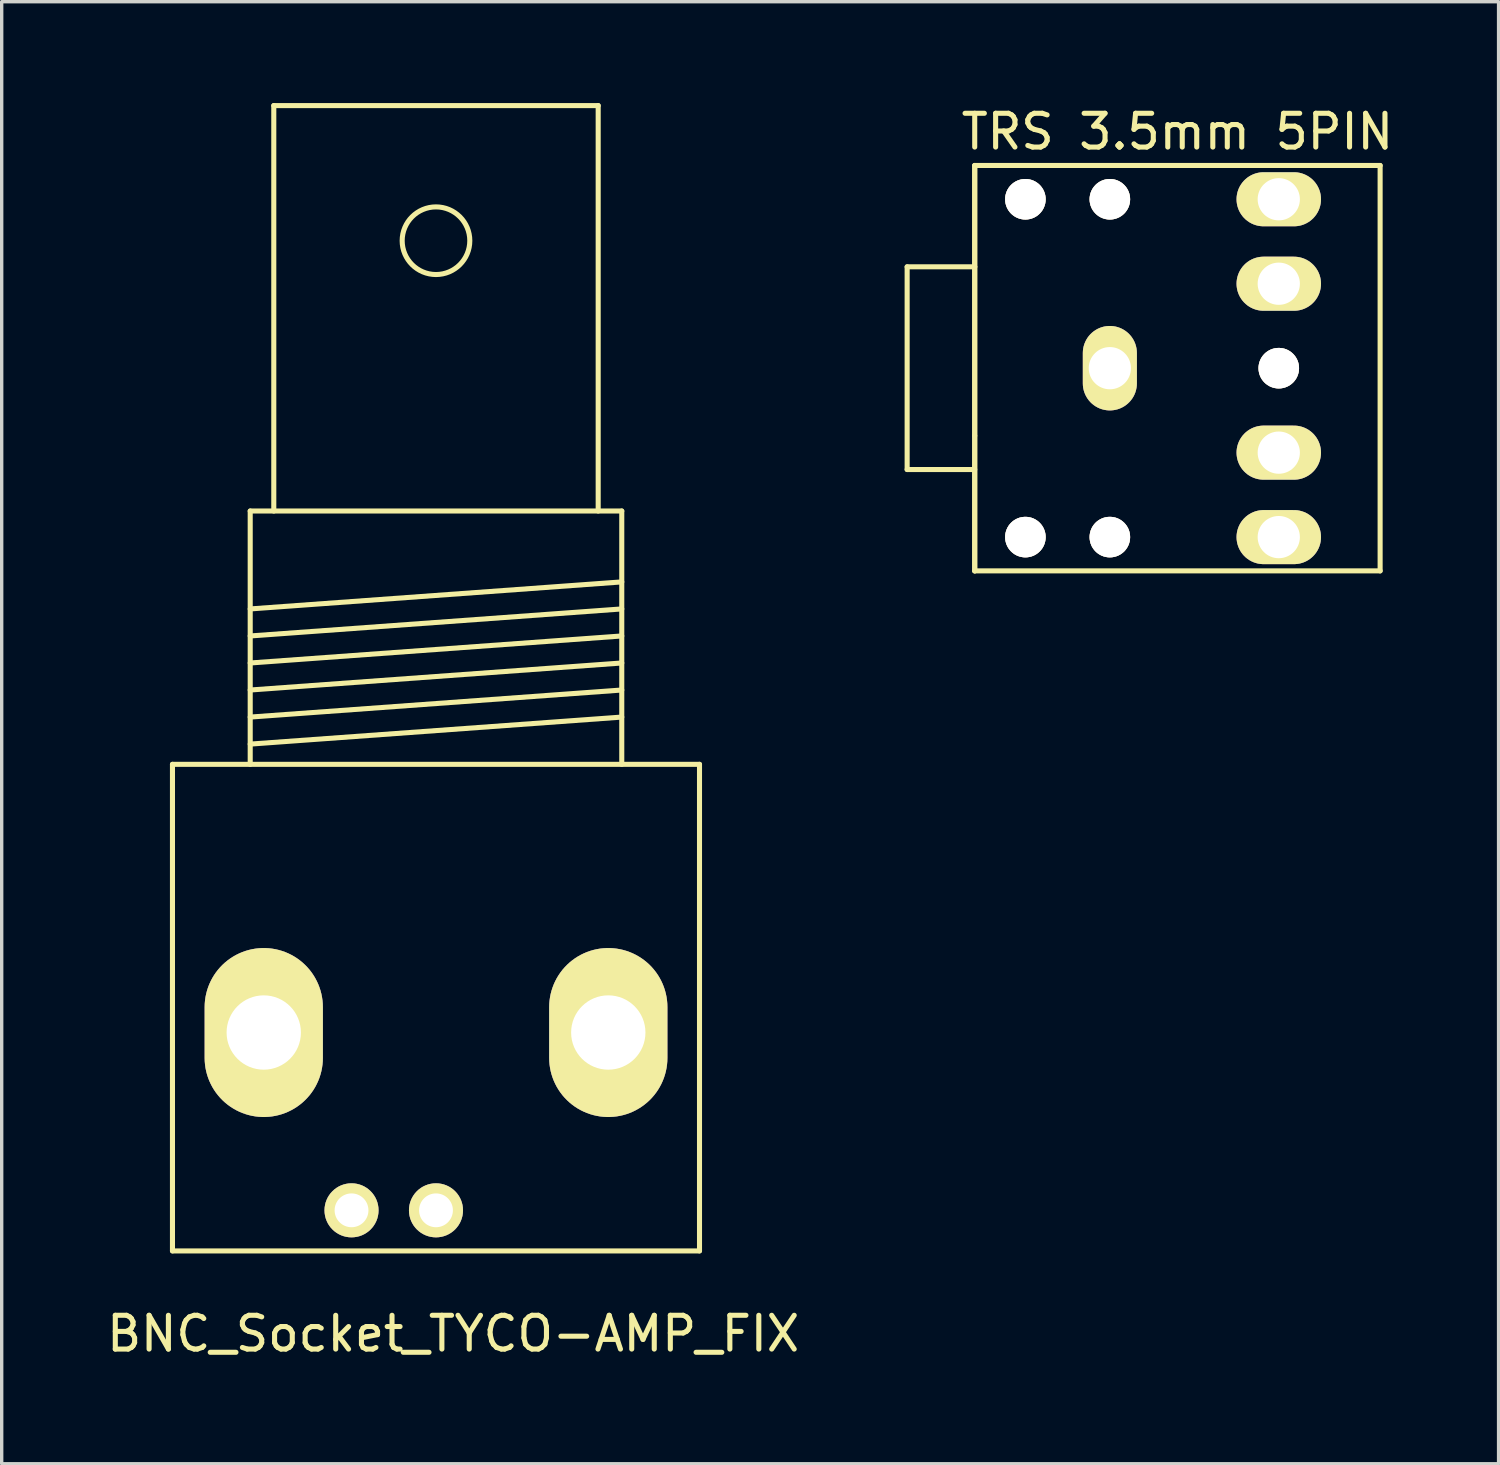
<source format=kicad_pcb>
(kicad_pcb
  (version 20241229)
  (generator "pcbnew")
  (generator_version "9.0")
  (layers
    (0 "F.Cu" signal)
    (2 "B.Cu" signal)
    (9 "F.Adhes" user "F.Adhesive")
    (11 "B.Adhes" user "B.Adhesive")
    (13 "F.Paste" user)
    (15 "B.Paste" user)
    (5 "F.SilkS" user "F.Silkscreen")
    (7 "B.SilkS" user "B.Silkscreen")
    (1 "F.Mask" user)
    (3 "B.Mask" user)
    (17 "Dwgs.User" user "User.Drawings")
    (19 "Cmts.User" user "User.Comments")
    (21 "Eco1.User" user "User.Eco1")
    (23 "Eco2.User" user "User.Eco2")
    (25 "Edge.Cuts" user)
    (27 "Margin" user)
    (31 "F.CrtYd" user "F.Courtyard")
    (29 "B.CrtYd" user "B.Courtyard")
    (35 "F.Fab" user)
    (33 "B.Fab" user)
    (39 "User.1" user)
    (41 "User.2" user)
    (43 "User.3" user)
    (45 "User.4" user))
  (footprint "TRS 3.5mm 5PIN"
    (layer "F.Cu")
    (at 31.801 7.848)
    (property "Reference" "TRS 3.5mm 5PIN" (at 0 -7 0) (layer "F.SilkS") (effects (font (size 1 1) (thickness 0.15))))
    (attr through_hole)
    (fp_line (start -8 -3) (end -8 3) (stroke (width 0.15) (type solid)) (layer "F.SilkS"))
    (fp_line (start -8 -3) (end -6 -3) (stroke (width 0.15) (type solid)) (layer "F.SilkS"))
    (fp_line (start -6 -6) (end -6 6) (stroke (width 0.15) (type solid)) (layer "F.SilkS"))
    (fp_line (start -6 -6) (end 6 -6) (stroke (width 0.15) (type solid)) (layer "F.SilkS"))
    (fp_line (start -6 -3) (end -6 -6) (stroke (width 0.15) (type solid)) (layer "F.SilkS"))
    (fp_line (start -6 -3) (end -6 2) (stroke (width 0.15) (type solid)) (layer "F.SilkS"))
    (fp_line (start -6 3) (end -8 3) (stroke (width 0.15) (type solid)) (layer "F.SilkS"))
    (fp_line (start -6 6) (end -6 2) (stroke (width 0.15) (type solid)) (layer "F.SilkS"))
    (fp_line (start 6 -6) (end 6 6) (stroke (width 0.15) (type solid)) (layer "F.SilkS"))
    (fp_line (start 6 6) (end -6 6) (stroke (width 0.15) (type solid)) (layer "F.SilkS"))
    (pad "" thru_hole circle (at -4.5 -5) (size 1.2 1.2) (drill 1.2) (layers "*.Cu" "*.Mask" "F.SilkS"))
    (pad "" thru_hole circle (at -4.5 5) (size 1.2 1.2) (drill 1.2) (layers "*.Cu" "*.Mask" "F.SilkS"))
    (pad "" thru_hole circle (at -2 -5) (size 1.2 1.2) (drill 1.2) (layers "*.Cu" "*.Mask" "F.SilkS"))
    (pad "" thru_hole circle (at -2 5) (size 1.2 1.2) (drill 1.2) (layers "*.Cu" "*.Mask" "F.SilkS"))
    (pad "" thru_hole circle (at 3 0) (size 1.2 1.2) (drill 1.2) (layers "*.Cu" "*.Mask" "F.SilkS"))
    (pad "1" thru_hole oval (at -2 0 90) (size 2.5 1.6) (drill 1.25) (layers "*.Cu" "*.Mask" "F.SilkS"))
    (pad "2" thru_hole oval (at 3 5) (size 2.5 1.6) (drill 1.25) (layers "*.Cu" "*.Mask" "F.SilkS"))
    (pad "3" thru_hole oval (at 3 -5) (size 2.5 1.6) (drill 1.25) (layers "*.Cu" "*.Mask" "F.SilkS"))
    (pad "5" thru_hole oval (at 3 -2.5) (size 2.5 1.6) (drill 1.25) (layers "*.Cu" "*.Mask" "F.SilkS"))
    (pad "6" thru_hole oval (at 3 2.5) (size 2.5 1.6) (drill 1.25) (layers "*.Cu" "*.Mask" "F.SilkS")))
  (footprint "BNC_Socket_TYCO-AMP_FIX"
    (layer "F.Cu")
    (at 9.855 26.775)
    (property "Reference" "BNC_Socket_TYCO-AMP_FIX" (at 0.508 9.652 0) (layer "F.SilkS") (effects (font (size 1 1) (thickness 0.15))))
    (attr through_hole)
    (fp_line (start -7.8 -7.201) (end -7.8 7.201) (stroke (width 0.15) (type solid)) (layer "F.SilkS"))
    (fp_line (start -7.8 7.201) (end 7.8 7.201) (stroke (width 0.15) (type solid)) (layer "F.SilkS"))
    (fp_line (start -5.499 -14.699) (end -5.499 -7.201) (stroke (width 0.15) (type solid)) (layer "F.SilkS"))
    (fp_line (start -5.499 -11.801) (end 5.499 -12.601) (stroke (width 0.15) (type solid)) (layer "F.SilkS"))
    (fp_line (start -5.499 -11.001) (end 5.499 -11.801) (stroke (width 0.15) (type solid)) (layer "F.SilkS"))
    (fp_line (start -5.499 -10.201) (end 5.499 -11.001) (stroke (width 0.15) (type solid)) (layer "F.SilkS"))
    (fp_line (start -5.499 -9.401) (end 5.499 -10.201) (stroke (width 0.15) (type solid)) (layer "F.SilkS"))
    (fp_line (start -5.499 -8.6) (end 5.499 -9.401) (stroke (width 0.15) (type solid)) (layer "F.SilkS"))
    (fp_line (start -5.499 -7.8) (end 5.499 -8.6) (stroke (width 0.15) (type solid)) (layer "F.SilkS"))
    (fp_line (start -4.801 -26.7) (end -4.801 -14.699) (stroke (width 0.15) (type solid)) (layer "F.SilkS"))
    (fp_line (start 4.801 -26.7) (end -4.801 -26.7) (stroke (width 0.15) (type solid)) (layer "F.SilkS"))
    (fp_line (start 4.801 -14.699) (end 4.801 -26.7) (stroke (width 0.15) (type solid)) (layer "F.SilkS"))
    (fp_line (start 5.499 -14.699) (end -5.499 -14.699) (stroke (width 0.15) (type solid)) (layer "F.SilkS"))
    (fp_line (start 5.499 -7.201) (end 5.499 -14.699) (stroke (width 0.15) (type solid)) (layer "F.SilkS"))
    (fp_line (start 7.8 -7.201) (end -7.8 -7.201) (stroke (width 0.15) (type solid)) (layer "F.SilkS"))
    (fp_line (start 7.8 7.201) (end 7.8 -7.201) (stroke (width 0.15) (type solid)) (layer "F.SilkS"))
    (fp_circle (center 0 -22.7) (end 1.001 -22.7) (stroke (width 0.15) (type solid)) (fill no) (layer "F.SilkS"))
    (pad "1" thru_hole circle (at 0 6) (size 1.6 1.6) (drill 1.001) (layers "*.Cu" "*.Mask" "F.SilkS"))
    (pad "2" thru_hole oval (at -5.098 0.737) (size 3.5 5.001) (drill 2.2) (layers "*.Cu" "*.Mask" "F.SilkS"))
    (pad "2" thru_hole circle (at -2.5 6) (size 1.6 1.6) (drill 1.001) (layers "*.Cu" "*.Mask" "F.SilkS"))
    (pad "2" thru_hole oval (at 5.1 0.737) (size 3.5 5.001) (drill 2.2) (layers "*.Cu" "*.Mask" "F.SilkS")))
  (gr_rect
    (start -3 -3)
    (end 41.307 40.276)
    (stroke (width 0.1) (type default))
    (fill no)
    (layer "Edge.Cuts")))
</source>
